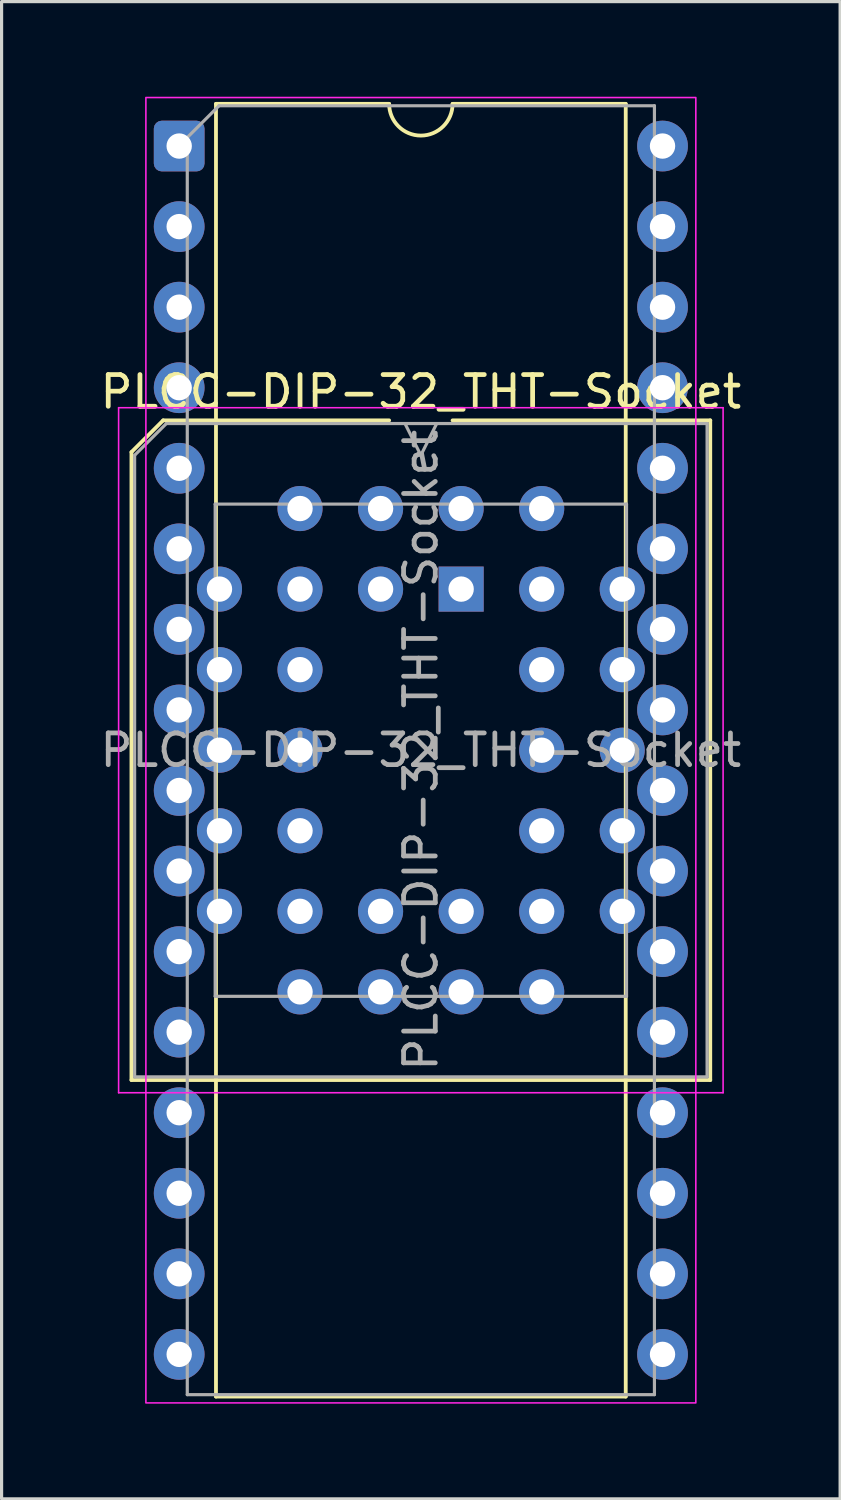
<source format=kicad_pcb>
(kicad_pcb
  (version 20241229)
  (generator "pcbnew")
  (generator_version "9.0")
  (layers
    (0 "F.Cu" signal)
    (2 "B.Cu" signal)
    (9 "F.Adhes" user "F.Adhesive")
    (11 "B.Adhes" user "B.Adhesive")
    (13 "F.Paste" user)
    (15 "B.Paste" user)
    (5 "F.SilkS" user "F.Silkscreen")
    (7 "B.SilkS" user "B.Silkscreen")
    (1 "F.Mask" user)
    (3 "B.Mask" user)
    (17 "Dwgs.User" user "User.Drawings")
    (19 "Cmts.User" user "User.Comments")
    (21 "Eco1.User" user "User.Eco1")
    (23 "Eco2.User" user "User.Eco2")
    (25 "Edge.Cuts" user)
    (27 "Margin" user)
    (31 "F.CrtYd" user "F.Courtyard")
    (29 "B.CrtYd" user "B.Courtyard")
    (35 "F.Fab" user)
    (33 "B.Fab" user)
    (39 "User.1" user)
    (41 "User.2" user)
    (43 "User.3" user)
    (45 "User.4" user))
  (footprint "PLCC-DIP-32_THT-Socket"
    (layer "F.Cu")
    (at 11.49 15.525)
    (property "Reference" "PLCC-DIP-32_THT-Socket" (at -1.27 -6.22 0) (layer "F.SilkS") (effects (font (size 1 1) (thickness 0.15))))
    (attr through_hole)
    (fp_line (start -10.395 -4.32) (end -10.395 15.48) (stroke (width 0.12) (type solid)) (layer "F.SilkS"))
    (fp_line (start -10.395 15.48) (end 7.855 15.48) (stroke (width 0.12) (type solid)) (layer "F.SilkS"))
    (fp_line (start -9.395 -5.32) (end -10.395 -4.32) (stroke (width 0.12) (type solid)) (layer "F.SilkS"))
    (fp_line (start -7.73 -15.3) (end -7.73 25.46) (stroke (width 0.12) (type solid)) (layer "F.SilkS"))
    (fp_line (start -7.73 25.46) (end 5.19 25.46) (stroke (width 0.12) (type solid)) (layer "F.SilkS"))
    (fp_line (start -2.27 -15.3) (end -7.73 -15.3) (stroke (width 0.12) (type solid)) (layer "F.SilkS"))
    (fp_line (start -2.27 -5.32) (end -9.395 -5.32) (stroke (width 0.12) (type solid)) (layer "F.SilkS"))
    (fp_line (start 5.19 -15.3) (end -0.27 -15.3) (stroke (width 0.12) (type solid)) (layer "F.SilkS"))
    (fp_line (start 5.19 25.46) (end 5.19 -15.3) (stroke (width 0.12) (type solid)) (layer "F.SilkS"))
    (fp_line (start 7.855 -5.32) (end -0.27 -5.32) (stroke (width 0.12) (type solid)) (layer "F.SilkS"))
    (fp_line (start 7.855 15.48) (end 7.855 -5.32) (stroke (width 0.12) (type solid)) (layer "F.SilkS"))
    (fp_arc (start -0.27 -15.3) (mid -1.27 -14.3) (end -2.27 -15.3) (stroke (width 0.12) (type solid)) (layer "F.SilkS"))
    (fp_line (start -10.8 -5.72) (end -10.8 15.88) (stroke (width 0.05) (type solid)) (layer "F.CrtYd"))
    (fp_line (start -10.8 15.88) (end 8.26 15.88) (stroke (width 0.05) (type solid)) (layer "F.CrtYd"))
    (fp_line (start 8.26 -5.72) (end -10.8 -5.72) (stroke (width 0.05) (type solid)) (layer "F.CrtYd"))
    (fp_line (start 8.26 15.88) (end 8.26 -5.72) (stroke (width 0.05) (type solid)) (layer "F.CrtYd"))
    (fp_rect (start -9.94 -15.5) (end 7.4 25.66) (stroke (width 0.05) (type solid)) (fill no) (layer "F.CrtYd"))
    (fp_line (start -10.295 -4.22) (end -10.295 15.38) (stroke (width 0.1) (type solid)) (layer "F.Fab"))
    (fp_line (start -10.295 15.38) (end 7.755 15.38) (stroke (width 0.1) (type solid)) (layer "F.Fab"))
    (fp_line (start -9.295 -5.22) (end -10.295 -4.22) (stroke (width 0.1) (type solid)) (layer "F.Fab"))
    (fp_line (start -8.635 -14.24) (end -7.635 -15.24) (stroke (width 0.1) (type solid)) (layer "F.Fab"))
    (fp_line (start -8.635 25.4) (end -8.635 -14.24) (stroke (width 0.1) (type solid)) (layer "F.Fab"))
    (fp_line (start -7.755 -2.68) (end -7.755 12.84) (stroke (width 0.1) (type solid)) (layer "F.Fab"))
    (fp_line (start -7.755 12.84) (end 5.215 12.84) (stroke (width 0.1) (type solid)) (layer "F.Fab"))
    (fp_line (start -7.635 -15.24) (end 6.095 -15.24) (stroke (width 0.1) (type solid)) (layer "F.Fab"))
    (fp_line (start -1.77 -5.22) (end -1.27 -4.22) (stroke (width 0.1) (type solid)) (layer "F.Fab"))
    (fp_line (start -1.27 -4.22) (end -0.77 -5.22) (stroke (width 0.1) (type solid)) (layer "F.Fab"))
    (fp_line (start 5.215 -2.68) (end -7.755 -2.68) (stroke (width 0.1) (type solid)) (layer "F.Fab"))
    (fp_line (start 5.215 12.84) (end 5.215 -2.68) (stroke (width 0.1) (type solid)) (layer "F.Fab"))
    (fp_line (start 6.095 -15.24) (end 6.095 25.4) (stroke (width 0.1) (type solid)) (layer "F.Fab"))
    (fp_line (start 6.095 25.4) (end -8.635 25.4) (stroke (width 0.1) (type solid)) (layer "F.Fab"))
    (fp_line (start 7.755 -5.22) (end -9.295 -5.22) (stroke (width 0.1) (type solid)) (layer "F.Fab"))
    (fp_line (start 7.755 15.38) (end 7.755 -5.22) (stroke (width 0.1) (type solid)) (layer "F.Fab"))
    (fp_text user "${REFERENCE}" (at -1.27 5.08 90) (layer "F.Fab") (effects (font (size 1 1) (thickness 0.15))))
    (fp_text user "${REFERENCE}" (at -1.27 5.08 0) (layer "F.Fab") (effects (font (size 1 1) (thickness 0.15))))
    (pad "1" thru_hole roundrect (at -8.89 -13.97) (size 1.6 1.6) (drill 0.8) (layers "*.Cu" "*.Mask") (roundrect_rratio 0.156))
    (pad "1" thru_hole rect (at 0 0) (size 1.422 1.422) (drill 0.8) (layers "*.Cu" "*.Mask"))
    (pad "2" thru_hole circle (at -8.89 -11.43) (size 1.6 1.6) (drill 0.8) (layers "*.Cu" "*.Mask"))
    (pad "2" thru_hole circle (at -2.54 -2.54) (size 1.422 1.422) (drill 0.8) (layers "*.Cu" "*.Mask"))
    (pad "3" thru_hole circle (at -8.89 -8.89) (size 1.6 1.6) (drill 0.8) (layers "*.Cu" "*.Mask"))
    (pad "3" thru_hole circle (at -2.54 0) (size 1.422 1.422) (drill 0.8) (layers "*.Cu" "*.Mask"))
    (pad "4" thru_hole circle (at -8.89 -6.35) (size 1.6 1.6) (drill 0.8) (layers "*.Cu" "*.Mask"))
    (pad "4" thru_hole circle (at -5.08 -2.54) (size 1.422 1.422) (drill 0.8) (layers "*.Cu" "*.Mask"))
    (pad "5" thru_hole circle (at -8.89 -3.81) (size 1.6 1.6) (drill 0.8) (layers "*.Cu" "*.Mask"))
    (pad "5" thru_hole circle (at -7.62 0) (size 1.422 1.422) (drill 0.8) (layers "*.Cu" "*.Mask"))
    (pad "6" thru_hole circle (at -8.89 -1.27) (size 1.6 1.6) (drill 0.8) (layers "*.Cu" "*.Mask"))
    (pad "6" thru_hole circle (at -5.08 0) (size 1.422 1.422) (drill 0.8) (layers "*.Cu" "*.Mask"))
    (pad "7" thru_hole circle (at -8.89 1.27) (size 1.6 1.6) (drill 0.8) (layers "*.Cu" "*.Mask"))
    (pad "7" thru_hole circle (at -7.62 2.54) (size 1.422 1.422) (drill 0.8) (layers "*.Cu" "*.Mask"))
    (pad "8" thru_hole circle (at -8.89 3.81) (size 1.6 1.6) (drill 0.8) (layers "*.Cu" "*.Mask"))
    (pad "8" thru_hole circle (at -5.08 2.54) (size 1.422 1.422) (drill 0.8) (layers "*.Cu" "*.Mask"))
    (pad "9" thru_hole circle (at -8.89 6.35) (size 1.6 1.6) (drill 0.8) (layers "*.Cu" "*.Mask"))
    (pad "9" thru_hole circle (at -7.62 5.08) (size 1.422 1.422) (drill 0.8) (layers "*.Cu" "*.Mask"))
    (pad "10" thru_hole circle (at -8.89 8.89) (size 1.6 1.6) (drill 0.8) (layers "*.Cu" "*.Mask"))
    (pad "10" thru_hole circle (at -5.08 5.08) (size 1.422 1.422) (drill 0.8) (layers "*.Cu" "*.Mask"))
    (pad "11" thru_hole circle (at -8.89 11.43) (size 1.6 1.6) (drill 0.8) (layers "*.Cu" "*.Mask"))
    (pad "11" thru_hole circle (at -7.62 7.62) (size 1.422 1.422) (drill 0.8) (layers "*.Cu" "*.Mask"))
    (pad "12" thru_hole circle (at -8.89 13.97) (size 1.6 1.6) (drill 0.8) (layers "*.Cu" "*.Mask"))
    (pad "12" thru_hole circle (at -5.08 7.62) (size 1.422 1.422) (drill 0.8) (layers "*.Cu" "*.Mask"))
    (pad "13" thru_hole circle (at -8.89 16.51) (size 1.6 1.6) (drill 0.8) (layers "*.Cu" "*.Mask"))
    (pad "13" thru_hole circle (at -7.62 10.16) (size 1.422 1.422) (drill 0.8) (layers "*.Cu" "*.Mask"))
    (pad "14" thru_hole circle (at -8.89 19.05) (size 1.6 1.6) (drill 0.8) (layers "*.Cu" "*.Mask"))
    (pad "14" thru_hole circle (at -5.08 12.7) (size 1.422 1.422) (drill 0.8) (layers "*.Cu" "*.Mask"))
    (pad "15" thru_hole circle (at -8.89 21.59) (size 1.6 1.6) (drill 0.8) (layers "*.Cu" "*.Mask"))
    (pad "15" thru_hole circle (at -5.08 10.16) (size 1.422 1.422) (drill 0.8) (layers "*.Cu" "*.Mask"))
    (pad "16" thru_hole circle (at -8.89 24.13) (size 1.6 1.6) (drill 0.8) (layers "*.Cu" "*.Mask"))
    (pad "16" thru_hole circle (at -2.54 12.7) (size 1.422 1.422) (drill 0.8) (layers "*.Cu" "*.Mask"))
    (pad "17" thru_hole circle (at -2.54 10.16) (size 1.422 1.422) (drill 0.8) (layers "*.Cu" "*.Mask"))
    (pad "17" thru_hole circle (at 6.35 24.13) (size 1.6 1.6) (drill 0.8) (layers "*.Cu" "*.Mask"))
    (pad "18" thru_hole circle (at 0 12.7) (size 1.422 1.422) (drill 0.8) (layers "*.Cu" "*.Mask"))
    (pad "18" thru_hole circle (at 6.35 21.59) (size 1.6 1.6) (drill 0.8) (layers "*.Cu" "*.Mask"))
    (pad "19" thru_hole circle (at 0 10.16) (size 1.422 1.422) (drill 0.8) (layers "*.Cu" "*.Mask"))
    (pad "19" thru_hole circle (at 6.35 19.05) (size 1.6 1.6) (drill 0.8) (layers "*.Cu" "*.Mask"))
    (pad "20" thru_hole circle (at 2.54 12.7) (size 1.422 1.422) (drill 0.8) (layers "*.Cu" "*.Mask"))
    (pad "20" thru_hole circle (at 6.35 16.51) (size 1.6 1.6) (drill 0.8) (layers "*.Cu" "*.Mask"))
    (pad "21" thru_hole circle (at 5.08 10.16) (size 1.422 1.422) (drill 0.8) (layers "*.Cu" "*.Mask"))
    (pad "21" thru_hole circle (at 6.35 13.97) (size 1.6 1.6) (drill 0.8) (layers "*.Cu" "*.Mask"))
    (pad "22" thru_hole circle (at 2.54 10.16) (size 1.422 1.422) (drill 0.8) (layers "*.Cu" "*.Mask"))
    (pad "22" thru_hole circle (at 6.35 11.43) (size 1.6 1.6) (drill 0.8) (layers "*.Cu" "*.Mask"))
    (pad "23" thru_hole circle (at 5.08 7.62) (size 1.422 1.422) (drill 0.8) (layers "*.Cu" "*.Mask"))
    (pad "23" thru_hole circle (at 6.35 8.89) (size 1.6 1.6) (drill 0.8) (layers "*.Cu" "*.Mask"))
    (pad "24" thru_hole circle (at 2.54 7.62) (size 1.422 1.422) (drill 0.8) (layers "*.Cu" "*.Mask"))
    (pad "24" thru_hole circle (at 6.35 6.35) (size 1.6 1.6) (drill 0.8) (layers "*.Cu" "*.Mask"))
    (pad "25" thru_hole circle (at 5.08 5.08) (size 1.422 1.422) (drill 0.8) (layers "*.Cu" "*.Mask"))
    (pad "25" thru_hole circle (at 6.35 3.81) (size 1.6 1.6) (drill 0.8) (layers "*.Cu" "*.Mask"))
    (pad "26" thru_hole circle (at 2.54 5.08) (size 1.422 1.422) (drill 0.8) (layers "*.Cu" "*.Mask"))
    (pad "26" thru_hole circle (at 6.35 1.27) (size 1.6 1.6) (drill 0.8) (layers "*.Cu" "*.Mask"))
    (pad "27" thru_hole circle (at 5.08 2.54) (size 1.422 1.422) (drill 0.8) (layers "*.Cu" "*.Mask"))
    (pad "27" thru_hole circle (at 6.35 -1.27) (size 1.6 1.6) (drill 0.8) (layers "*.Cu" "*.Mask"))
    (pad "28" thru_hole circle (at 2.54 2.54) (size 1.422 1.422) (drill 0.8) (layers "*.Cu" "*.Mask"))
    (pad "28" thru_hole circle (at 6.35 -3.81) (size 1.6 1.6) (drill 0.8) (layers "*.Cu" "*.Mask"))
    (pad "29" thru_hole circle (at 5.08 0) (size 1.422 1.422) (drill 0.8) (layers "*.Cu" "*.Mask"))
    (pad "29" thru_hole circle (at 6.35 -6.35) (size 1.6 1.6) (drill 0.8) (layers "*.Cu" "*.Mask"))
    (pad "30" thru_hole circle (at 2.54 -2.54) (size 1.422 1.422) (drill 0.8) (layers "*.Cu" "*.Mask"))
    (pad "30" thru_hole circle (at 6.35 -8.89) (size 1.6 1.6) (drill 0.8) (layers "*.Cu" "*.Mask"))
    (pad "31" thru_hole circle (at 2.54 0) (size 1.422 1.422) (drill 0.8) (layers "*.Cu" "*.Mask"))
    (pad "31" thru_hole circle (at 6.35 -11.43) (size 1.6 1.6) (drill 0.8) (layers "*.Cu" "*.Mask"))
    (pad "32" thru_hole circle (at 0 -2.54) (size 1.422 1.422) (drill 0.8) (layers "*.Cu" "*.Mask"))
    (pad "32" thru_hole circle (at 6.35 -13.97) (size 1.6 1.6) (drill 0.8) (layers "*.Cu" "*.Mask")))
  (gr_rect
    (start -3 -3)
    (end 23.44 44.21)
    (stroke (width 0.1) (type default))
    (fill no)
    (layer "Edge.Cuts")))
</source>
